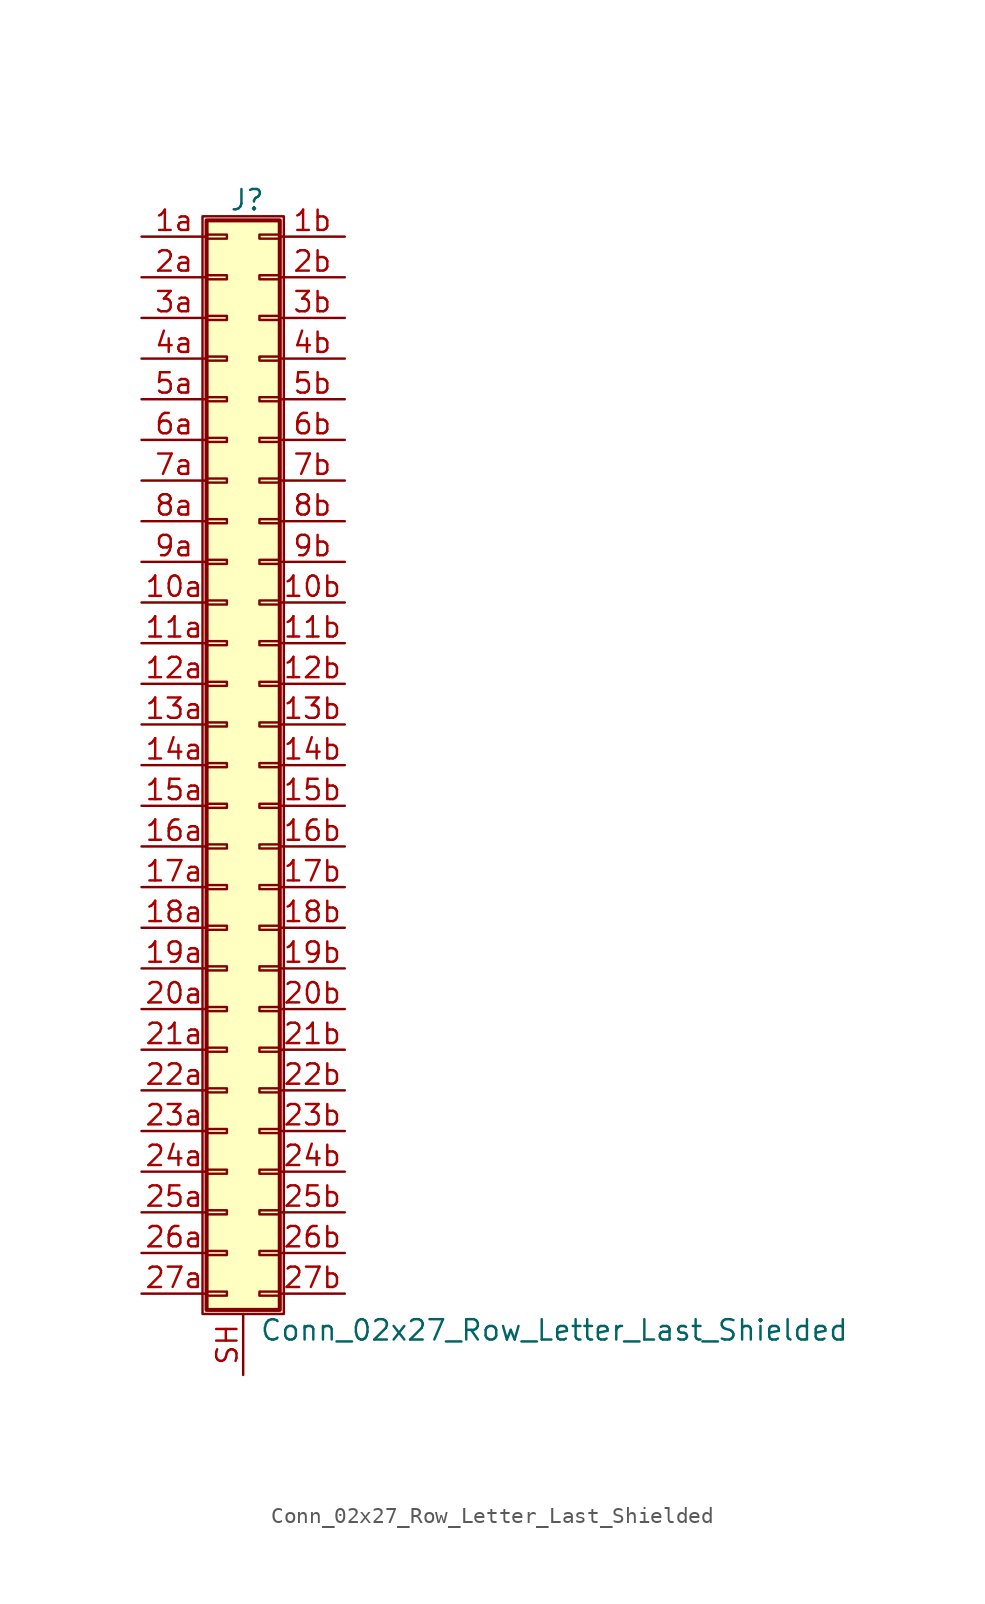
<source format=kicad_sym>
(kicad_symbol_lib
  (version 20201005)
  (generator kicad_symbol_editor)
  (symbol "Conn_02x27_Row_Letter_Last_Shielded"
    (pin_names
      (offset 1.016) hide)
    (property "Reference" "J"
      (at 1.524 35.306 0)
      (effects (font (size 1.27 1.27))))
    (property "Value" "Conn_02x27_Row_Letter_Last_Shielded"
      (at 2.286 -35.306 0)
      (effects (font (size 1.27 1.27)) (justify left)))
    (symbol "Conn_02x27_Row_Letter_Last_Shielded_1_1"
      (rectangle (start -1.27 34.29) (end 3.81 -34.29) (stroke (width 0.152)) (fill (type none)))
      (rectangle (start -1.016 -32.893) (end 0.254 -33.147) (stroke (width 0.152)) (fill (type none)))
      (rectangle (start -1.016 -30.353) (end 0.254 -30.607) (stroke (width 0.152)) (fill (type none)))
      (rectangle (start -1.016 -27.813) (end 0.254 -28.067) (stroke (width 0.152)) (fill (type none)))
      (rectangle (start -1.016 -25.273) (end 0.254 -25.527) (stroke (width 0.152)) (fill (type none)))
      (rectangle (start -1.016 -22.733) (end 0.254 -22.987) (stroke (width 0.152)) (fill (type none)))
      (rectangle (start -1.016 -20.193) (end 0.254 -20.447) (stroke (width 0.152)) (fill (type none)))
      (rectangle (start -1.016 -17.653) (end 0.254 -17.907) (stroke (width 0.152)) (fill (type none)))
      (rectangle (start -1.016 -15.113) (end 0.254 -15.367) (stroke (width 0.152)) (fill (type none)))
      (rectangle (start -1.016 -12.573) (end 0.254 -12.827) (stroke (width 0.152)) (fill (type none)))
      (rectangle (start -1.016 -10.033) (end 0.254 -10.287) (stroke (width 0.152)) (fill (type none)))
      (rectangle (start -1.016 -7.493) (end 0.254 -7.747) (stroke (width 0.152)) (fill (type none)))
      (rectangle (start -1.016 -4.953) (end 0.254 -5.207) (stroke (width 0.152)) (fill (type none)))
      (rectangle (start -1.016 -2.413) (end 0.254 -2.667) (stroke (width 0.152)) (fill (type none)))
      (rectangle (start -1.016 0.127) (end 0.254 -0.127) (stroke (width 0.152)) (fill (type none)))
      (rectangle (start -1.016 2.667) (end 0.254 2.413) (stroke (width 0.152)) (fill (type none)))
      (rectangle (start -1.016 5.207) (end 0.254 4.953) (stroke (width 0.152)) (fill (type none)))
      (rectangle (start -1.016 7.747) (end 0.254 7.493) (stroke (width 0.152)) (fill (type none)))
      (rectangle (start -1.016 10.287) (end 0.254 10.033) (stroke (width 0.152)) (fill (type none)))
      (rectangle (start -1.016 12.827) (end 0.254 12.573) (stroke (width 0.152)) (fill (type none)))
      (rectangle (start -1.016 15.367) (end 0.254 15.113) (stroke (width 0.152)) (fill (type none)))
      (rectangle (start -1.016 17.907) (end 0.254 17.653) (stroke (width 0.152)) (fill (type none)))
      (rectangle (start -1.016 20.447) (end 0.254 20.193) (stroke (width 0.152)) (fill (type none)))
      (rectangle (start -1.016 22.987) (end 0.254 22.733) (stroke (width 0.152)) (fill (type none)))
      (rectangle (start -1.016 25.527) (end 0.254 25.273) (stroke (width 0.152)) (fill (type none)))
      (rectangle (start -1.016 28.067) (end 0.254 27.813) (stroke (width 0.152)) (fill (type none)))
      (rectangle (start -1.016 30.607) (end 0.254 30.353) (stroke (width 0.152)) (fill (type none)))
      (rectangle (start -1.016 33.147) (end 0.254 32.893) (stroke (width 0.152)) (fill (type none)))
      (rectangle (start 3.556 -32.893) (end 2.286 -33.147) (stroke (width 0.152)) (fill (type none)))
      (rectangle (start 3.556 -30.353) (end 2.286 -30.607) (stroke (width 0.152)) (fill (type none)))
      (rectangle (start 3.556 -27.813) (end 2.286 -28.067) (stroke (width 0.152)) (fill (type none)))
      (rectangle (start 3.556 -25.273) (end 2.286 -25.527) (stroke (width 0.152)) (fill (type none)))
      (rectangle (start 3.556 -22.733) (end 2.286 -22.987) (stroke (width 0.152)) (fill (type none)))
      (rectangle (start 3.556 -20.193) (end 2.286 -20.447) (stroke (width 0.152)) (fill (type none)))
      (rectangle (start 3.556 -17.653) (end 2.286 -17.907) (stroke (width 0.152)) (fill (type none)))
      (rectangle (start 3.556 -15.113) (end 2.286 -15.367) (stroke (width 0.152)) (fill (type none)))
      (rectangle (start 3.556 -12.573) (end 2.286 -12.827) (stroke (width 0.152)) (fill (type none)))
      (rectangle (start 3.556 -10.033) (end 2.286 -10.287) (stroke (width 0.152)) (fill (type none)))
      (rectangle (start 3.556 -7.493) (end 2.286 -7.747) (stroke (width 0.152)) (fill (type none)))
      (rectangle (start 3.556 -4.953) (end 2.286 -5.207) (stroke (width 0.152)) (fill (type none)))
      (rectangle (start 3.556 -2.413) (end 2.286 -2.667) (stroke (width 0.152)) (fill (type none)))
      (rectangle (start 3.556 0.127) (end 2.286 -0.127) (stroke (width 0.152)) (fill (type none)))
      (rectangle (start 3.556 2.667) (end 2.286 2.413) (stroke (width 0.152)) (fill (type none)))
      (rectangle (start 3.556 5.207) (end 2.286 4.953) (stroke (width 0.152)) (fill (type none)))
      (rectangle (start 3.556 7.747) (end 2.286 7.493) (stroke (width 0.152)) (fill (type none)))
      (rectangle (start 3.556 10.287) (end 2.286 10.033) (stroke (width 0.152)) (fill (type none)))
      (rectangle (start 3.556 12.827) (end 2.286 12.573) (stroke (width 0.152)) (fill (type none)))
      (rectangle (start 3.556 15.367) (end 2.286 15.113) (stroke (width 0.152)) (fill (type none)))
      (rectangle (start 3.556 17.907) (end 2.286 17.653) (stroke (width 0.152)) (fill (type none)))
      (rectangle (start 3.556 20.447) (end 2.286 20.193) (stroke (width 0.152)) (fill (type none)))
      (rectangle (start 3.556 22.987) (end 2.286 22.733) (stroke (width 0.152)) (fill (type none)))
      (rectangle (start 3.556 25.527) (end 2.286 25.273) (stroke (width 0.152)) (fill (type none)))
      (rectangle (start 3.556 28.067) (end 2.286 27.813) (stroke (width 0.152)) (fill (type none)))
      (rectangle (start 3.556 30.607) (end 2.286 30.353) (stroke (width 0.152)) (fill (type none)))
      (rectangle (start 3.556 33.147) (end 2.286 32.893) (stroke (width 0.152)) (fill (type none)))
      (rectangle (start -1.016 34.036) (end 3.556 -34.036) (stroke (width 0.254)) (fill (type background)))
      (pin passive line (at -5.08 10.16 0) (length 4.064) (name "Pin_10a" (effects (font (size 1.27 1.27)))) (number "10a" (effects (font (size 1.27 1.27)))))
      (pin passive line (at 7.62 10.16 180) (length 4.064) (name "Pin_10b" (effects (font (size 1.27 1.27)))) (number "10b" (effects (font (size 1.27 1.27)))))
      (pin passive line (at -5.08 7.62 0) (length 4.064) (name "Pin_11a" (effects (font (size 1.27 1.27)))) (number "11a" (effects (font (size 1.27 1.27)))))
      (pin passive line (at 7.62 7.62 180) (length 4.064) (name "Pin_11b" (effects (font (size 1.27 1.27)))) (number "11b" (effects (font (size 1.27 1.27)))))
      (pin passive line (at -5.08 5.08 0) (length 4.064) (name "Pin_12a" (effects (font (size 1.27 1.27)))) (number "12a" (effects (font (size 1.27 1.27)))))
      (pin passive line (at 7.62 5.08 180) (length 4.064) (name "Pin_12b" (effects (font (size 1.27 1.27)))) (number "12b" (effects (font (size 1.27 1.27)))))
      (pin passive line (at -5.08 2.54 0) (length 4.064) (name "Pin_13a" (effects (font (size 1.27 1.27)))) (number "13a" (effects (font (size 1.27 1.27)))))
      (pin passive line (at 7.62 2.54 180) (length 4.064) (name "Pin_13b" (effects (font (size 1.27 1.27)))) (number "13b" (effects (font (size 1.27 1.27)))))
      (pin passive line (at -5.08 0 0) (length 4.064) (name "Pin_14a" (effects (font (size 1.27 1.27)))) (number "14a" (effects (font (size 1.27 1.27)))))
      (pin passive line (at 7.62 0 180) (length 4.064) (name "Pin_14b" (effects (font (size 1.27 1.27)))) (number "14b" (effects (font (size 1.27 1.27)))))
      (pin passive line (at -5.08 -2.54 0) (length 4.064) (name "Pin_15a" (effects (font (size 1.27 1.27)))) (number "15a" (effects (font (size 1.27 1.27)))))
      (pin passive line (at 7.62 -2.54 180) (length 4.064) (name "Pin_15b" (effects (font (size 1.27 1.27)))) (number "15b" (effects (font (size 1.27 1.27)))))
      (pin passive line (at -5.08 -5.08 0) (length 4.064) (name "Pin_16a" (effects (font (size 1.27 1.27)))) (number "16a" (effects (font (size 1.27 1.27)))))
      (pin passive line (at 7.62 -5.08 180) (length 4.064) (name "Pin_16b" (effects (font (size 1.27 1.27)))) (number "16b" (effects (font (size 1.27 1.27)))))
      (pin passive line (at -5.08 -7.62 0) (length 4.064) (name "Pin_17a" (effects (font (size 1.27 1.27)))) (number "17a" (effects (font (size 1.27 1.27)))))
      (pin passive line (at 7.62 -7.62 180) (length 4.064) (name "Pin_17b" (effects (font (size 1.27 1.27)))) (number "17b" (effects (font (size 1.27 1.27)))))
      (pin passive line (at -5.08 -10.16 0) (length 4.064) (name "Pin_18a" (effects (font (size 1.27 1.27)))) (number "18a" (effects (font (size 1.27 1.27)))))
      (pin passive line (at 7.62 -10.16 180) (length 4.064) (name "Pin_18b" (effects (font (size 1.27 1.27)))) (number "18b" (effects (font (size 1.27 1.27)))))
      (pin passive line (at -5.08 -12.7 0) (length 4.064) (name "Pin_19a" (effects (font (size 1.27 1.27)))) (number "19a" (effects (font (size 1.27 1.27)))))
      (pin passive line (at 7.62 -12.7 180) (length 4.064) (name "Pin_19b" (effects (font (size 1.27 1.27)))) (number "19b" (effects (font (size 1.27 1.27)))))
      (pin passive line (at -5.08 33.02 0) (length 4.064) (name "Pin_1a" (effects (font (size 1.27 1.27)))) (number "1a" (effects (font (size 1.27 1.27)))))
      (pin passive line (at 7.62 33.02 180) (length 4.064) (name "Pin_1b" (effects (font (size 1.27 1.27)))) (number "1b" (effects (font (size 1.27 1.27)))))
      (pin passive line (at -5.08 -15.24 0) (length 4.064) (name "Pin_20a" (effects (font (size 1.27 1.27)))) (number "20a" (effects (font (size 1.27 1.27)))))
      (pin passive line (at 7.62 -15.24 180) (length 4.064) (name "Pin_20b" (effects (font (size 1.27 1.27)))) (number "20b" (effects (font (size 1.27 1.27)))))
      (pin passive line (at -5.08 -17.78 0) (length 4.064) (name "Pin_21a" (effects (font (size 1.27 1.27)))) (number "21a" (effects (font (size 1.27 1.27)))))
      (pin passive line (at 7.62 -17.78 180) (length 4.064) (name "Pin_21b" (effects (font (size 1.27 1.27)))) (number "21b" (effects (font (size 1.27 1.27)))))
      (pin passive line (at -5.08 -20.32 0) (length 4.064) (name "Pin_22a" (effects (font (size 1.27 1.27)))) (number "22a" (effects (font (size 1.27 1.27)))))
      (pin passive line (at 7.62 -20.32 180) (length 4.064) (name "Pin_22b" (effects (font (size 1.27 1.27)))) (number "22b" (effects (font (size 1.27 1.27)))))
      (pin passive line (at -5.08 -22.86 0) (length 4.064) (name "Pin_23a" (effects (font (size 1.27 1.27)))) (number "23a" (effects (font (size 1.27 1.27)))))
      (pin passive line (at 7.62 -22.86 180) (length 4.064) (name "Pin_23b" (effects (font (size 1.27 1.27)))) (number "23b" (effects (font (size 1.27 1.27)))))
      (pin passive line (at -5.08 -25.4 0) (length 4.064) (name "Pin_24a" (effects (font (size 1.27 1.27)))) (number "24a" (effects (font (size 1.27 1.27)))))
      (pin passive line (at 7.62 -25.4 180) (length 4.064) (name "Pin_24b" (effects (font (size 1.27 1.27)))) (number "24b" (effects (font (size 1.27 1.27)))))
      (pin passive line (at -5.08 -27.94 0) (length 4.064) (name "Pin_25a" (effects (font (size 1.27 1.27)))) (number "25a" (effects (font (size 1.27 1.27)))))
      (pin passive line (at 7.62 -27.94 180) (length 4.064) (name "Pin_25b" (effects (font (size 1.27 1.27)))) (number "25b" (effects (font (size 1.27 1.27)))))
      (pin passive line (at -5.08 -30.48 0) (length 4.064) (name "Pin_26a" (effects (font (size 1.27 1.27)))) (number "26a" (effects (font (size 1.27 1.27)))))
      (pin passive line (at 7.62 -30.48 180) (length 4.064) (name "Pin_26b" (effects (font (size 1.27 1.27)))) (number "26b" (effects (font (size 1.27 1.27)))))
      (pin passive line (at -5.08 -33.02 0) (length 4.064) (name "Pin_27a" (effects (font (size 1.27 1.27)))) (number "27a" (effects (font (size 1.27 1.27)))))
      (pin passive line (at 7.62 -33.02 180) (length 4.064) (name "Pin_27b" (effects (font (size 1.27 1.27)))) (number "27b" (effects (font (size 1.27 1.27)))))
      (pin passive line (at -5.08 30.48 0) (length 4.064) (name "Pin_2a" (effects (font (size 1.27 1.27)))) (number "2a" (effects (font (size 1.27 1.27)))))
      (pin passive line (at 7.62 30.48 180) (length 4.064) (name "Pin_2b" (effects (font (size 1.27 1.27)))) (number "2b" (effects (font (size 1.27 1.27)))))
      (pin passive line (at -5.08 27.94 0) (length 4.064) (name "Pin_3a" (effects (font (size 1.27 1.27)))) (number "3a" (effects (font (size 1.27 1.27)))))
      (pin passive line (at 7.62 27.94 180) (length 4.064) (name "Pin_3b" (effects (font (size 1.27 1.27)))) (number "3b" (effects (font (size 1.27 1.27)))))
      (pin passive line (at -5.08 25.4 0) (length 4.064) (name "Pin_4a" (effects (font (size 1.27 1.27)))) (number "4a" (effects (font (size 1.27 1.27)))))
      (pin passive line (at 7.62 25.4 180) (length 4.064) (name "Pin_4b" (effects (font (size 1.27 1.27)))) (number "4b" (effects (font (size 1.27 1.27)))))
      (pin passive line (at -5.08 22.86 0) (length 4.064) (name "Pin_5a" (effects (font (size 1.27 1.27)))) (number "5a" (effects (font (size 1.27 1.27)))))
      (pin passive line (at 7.62 22.86 180) (length 4.064) (name "Pin_5b" (effects (font (size 1.27 1.27)))) (number "5b" (effects (font (size 1.27 1.27)))))
      (pin passive line (at -5.08 20.32 0) (length 4.064) (name "Pin_6a" (effects (font (size 1.27 1.27)))) (number "6a" (effects (font (size 1.27 1.27)))))
      (pin passive line (at 7.62 20.32 180) (length 4.064) (name "Pin_6b" (effects (font (size 1.27 1.27)))) (number "6b" (effects (font (size 1.27 1.27)))))
      (pin passive line (at -5.08 17.78 0) (length 4.064) (name "Pin_7a" (effects (font (size 1.27 1.27)))) (number "7a" (effects (font (size 1.27 1.27)))))
      (pin passive line (at 7.62 17.78 180) (length 4.064) (name "Pin_7b" (effects (font (size 1.27 1.27)))) (number "7b" (effects (font (size 1.27 1.27)))))
      (pin passive line (at -5.08 15.24 0) (length 4.064) (name "Pin_8a" (effects (font (size 1.27 1.27)))) (number "8a" (effects (font (size 1.27 1.27)))))
      (pin passive line (at 7.62 15.24 180) (length 4.064) (name "Pin_8b" (effects (font (size 1.27 1.27)))) (number "8b" (effects (font (size 1.27 1.27)))))
      (pin passive line (at -5.08 12.7 0) (length 4.064) (name "Pin_9a" (effects (font (size 1.27 1.27)))) (number "9a" (effects (font (size 1.27 1.27)))))
      (pin passive line (at 7.62 12.7 180) (length 4.064) (name "Pin_9b" (effects (font (size 1.27 1.27)))) (number "9b" (effects (font (size 1.27 1.27)))))
      (pin passive line (at 1.27 -38.1 90) (length 3.81) (name "Shield" (effects (font (size 1.27 1.27)))) (number "SH" (effects (font (size 1.27 1.27))))))))
</source>
